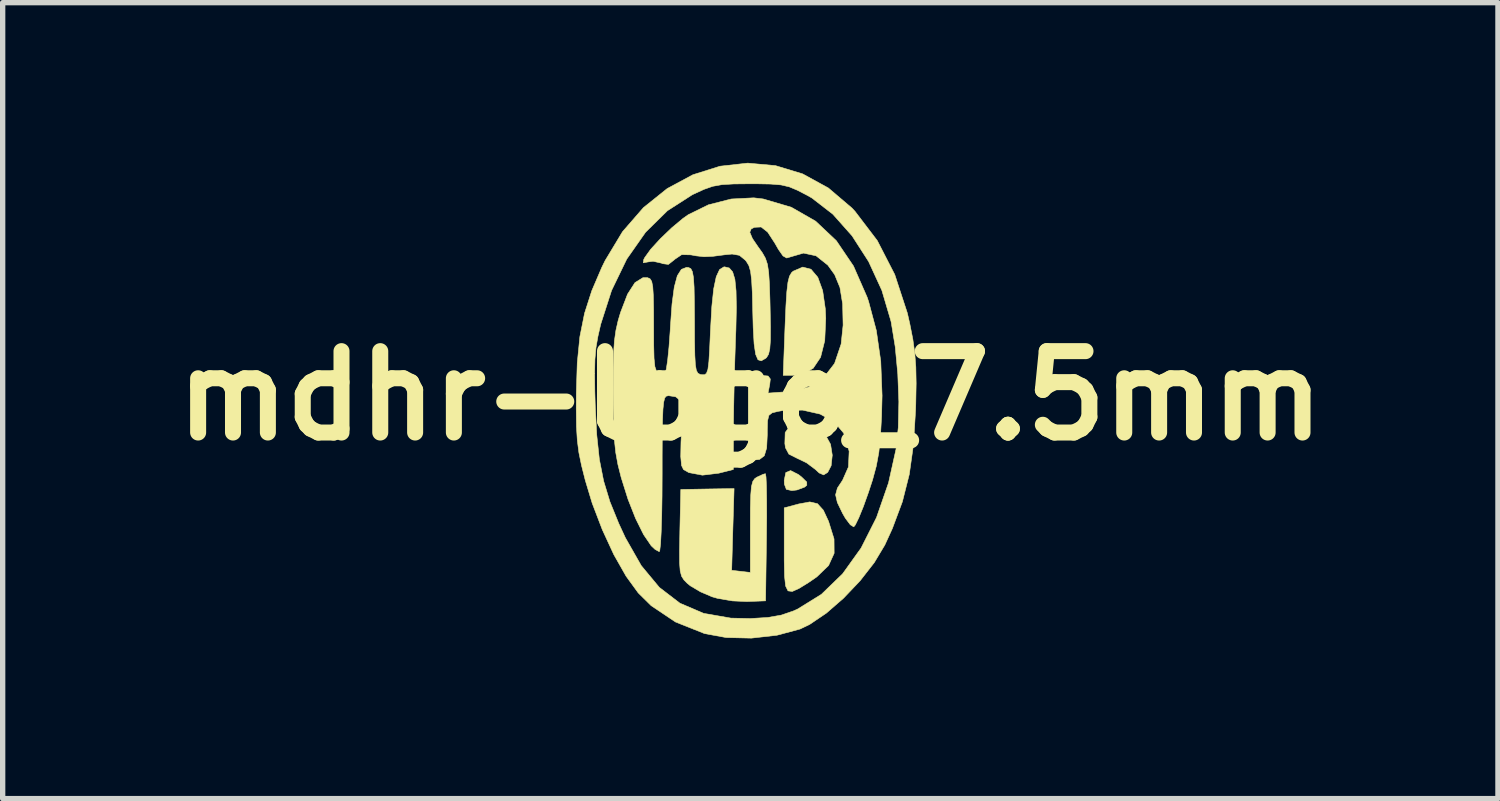
<source format=kicad_pcb>
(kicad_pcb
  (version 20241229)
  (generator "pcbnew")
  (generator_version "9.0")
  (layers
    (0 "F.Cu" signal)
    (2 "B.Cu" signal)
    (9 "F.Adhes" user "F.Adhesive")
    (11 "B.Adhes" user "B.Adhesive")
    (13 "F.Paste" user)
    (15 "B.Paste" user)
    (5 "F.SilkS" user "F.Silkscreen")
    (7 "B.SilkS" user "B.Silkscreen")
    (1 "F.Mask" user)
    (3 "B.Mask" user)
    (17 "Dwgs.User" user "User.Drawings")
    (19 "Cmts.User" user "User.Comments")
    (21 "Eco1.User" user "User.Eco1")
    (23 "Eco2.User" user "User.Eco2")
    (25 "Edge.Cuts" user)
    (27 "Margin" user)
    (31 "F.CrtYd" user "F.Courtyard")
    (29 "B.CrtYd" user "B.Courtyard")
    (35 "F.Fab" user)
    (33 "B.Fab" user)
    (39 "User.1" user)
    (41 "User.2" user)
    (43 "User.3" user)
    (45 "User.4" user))
  (footprint "mdhr-logo_7.5mm"
    (layer "F.Cu")
    (at 11.002 4.361)
    (property "Reference" "mdhr-logo_7.5mm" (at 0 0 0) (layer "F.SilkS") (effects (font (size 1.524 1.524) (thickness 0.3))))
    (attr through_hole)
    (fp_poly (pts (xy 0.904 1.478) (xy 0.961 1.523) (xy 1.057 1.617) (xy 1.058 1.677) (xy 1.016 1.712) (xy 0.875 1.765) (xy 0.778 1.777) (xy 0.675 1.754) (xy 0.638 1.657) (xy 0.635 1.587) (xy 0.665 1.439) (xy 0.755 1.402) (xy 0.904 1.478)) (stroke (width 0.01) (type solid)) (fill yes) (layer "F.SilkS"))
    (fp_poly (pts (xy 1.258 2.022) (xy 1.368 2.144) (xy 1.465 2.352) (xy 1.568 2.683) (xy 1.57 2.951) (xy 1.466 3.18) (xy 1.246 3.392) (xy 1.091 3.499) (xy 0.911 3.61) (xy 0.786 3.666) (xy 0.706 3.655) (xy 0.661 3.564) (xy 0.641 3.379) (xy 0.635 3.087) (xy 0.635 2.892) (xy 0.635 2.1) (xy 0.904 2.028) (xy 1.114 1.989) (xy 1.258 2.022)) (stroke (width 0.01) (type solid)) (fill yes) (layer "F.SilkS"))
    (fp_poly (pts (xy 1.034 0.582) (xy 1.231 0.646) (xy 1.391 0.733) (xy 1.419 0.757) (xy 1.503 0.91) (xy 1.535 1.113) (xy 1.514 1.311) (xy 1.449 1.436) (xy 1.373 1.483) (xy 1.29 1.447) (xy 1.219 1.381) (xy 1.052 1.256) (xy 0.871 1.169) (xy 0.722 1.094) (xy 0.658 0.974) (xy 0.647 0.895) (xy 0.653 0.69) (xy 0.732 0.581) (xy 0.896 0.559) (xy 1.034 0.582)) (stroke (width 0.01) (type solid)) (fill yes) (layer "F.SilkS"))
    (fp_poly (pts (xy 1.137 -2.368) (xy 1.264 -2.218) (xy 1.355 -1.968) (xy 1.405 -1.625) (xy 1.413 -1.449) (xy 1.394 -1.03) (xy 1.316 -0.72) (xy 1.177 -0.513) (xy 0.974 -0.403) (xy 0.789 -0.381) (xy 0.616 -0.381) (xy 0.651 -1.314) (xy 0.667 -1.684) (xy 0.684 -1.948) (xy 0.705 -2.125) (xy 0.733 -2.237) (xy 0.772 -2.304) (xy 0.803 -2.332) (xy 0.982 -2.409) (xy 1.137 -2.368)) (stroke (width 0.01) (type solid)) (fill yes) (layer "F.SilkS"))
    (fp_poly (pts (xy 0.294 1.521) (xy 0.302 1.688) (xy 0.306 1.944) (xy 0.307 2.267) (xy 0.303 2.639) (xy 0.303 2.651) (xy 0.286 3.842) (xy -0.064 3.855) (xy -0.333 3.843) (xy -0.611 3.796) (xy -0.715 3.766) (xy -0.931 3.674) (xy -1.122 3.561) (xy -1.178 3.516) (xy -1.243 3.45) (xy -1.287 3.381) (xy -1.313 3.283) (xy -1.325 3.132) (xy -1.326 2.905) (xy -1.32 2.576) (xy -1.32 2.562) (xy -1.302 1.756) (xy -0.803 1.747) (xy -0.304 1.739) (xy -0.327 2.504) (xy -0.349 3.27) (xy -0.175 3.29) (xy 0 3.31) (xy 0 2.451) (xy 0.001 2.103) (xy 0.008 1.861) (xy 0.021 1.702) (xy 0.046 1.607) (xy 0.083 1.553) (xy 0.123 1.526) (xy 0.237 1.473) (xy 0.283 1.46) (xy 0.294 1.521)) (stroke (width 0.01) (type solid)) (fill yes) (layer "F.SilkS"))
    (fp_poly (pts (xy -0.394 -2.392) (xy -0.331 -2.319) (xy -0.289 -2.181) (xy -0.267 -1.963) (xy -0.261 -1.651) (xy -0.27 -1.23) (xy -0.276 -1.083) (xy -0.29 -0.659) (xy -0.302 -0.212) (xy -0.311 0.212) (xy -0.316 0.571) (xy -0.316 0.675) (xy -0.318 1.382) (xy -0.59 1.451) (xy -0.897 1.488) (xy -1.151 1.44) (xy -1.251 1.383) (xy -1.288 1.306) (xy -1.303 1.139) (xy -1.298 0.868) (xy -1.29 0.718) (xy -1.276 0.407) (xy -1.285 0.201) (xy -1.324 0.079) (xy -1.4 0.019) (xy -1.52 0.001) (xy -1.54 0.001) (xy -1.576 0.009) (xy -1.603 0.043) (xy -1.622 0.12) (xy -1.636 0.253) (xy -1.644 0.458) (xy -1.649 0.75) (xy -1.651 1.144) (xy -1.651 1.46) (xy -1.653 1.876) (xy -1.659 2.245) (xy -1.669 2.551) (xy -1.681 2.776) (xy -1.696 2.901) (xy -1.705 2.921) (xy -1.784 2.878) (xy -1.856 2.81) (xy -1.998 2.602) (xy -2.148 2.3) (xy -2.291 1.937) (xy -2.415 1.543) (xy -2.422 1.518) (xy -2.48 1.287) (xy -2.52 1.066) (xy -2.546 0.825) (xy -2.561 0.533) (xy -2.568 0.16) (xy -2.569 -0.064) (xy -2.568 -0.475) (xy -2.561 -0.787) (xy -2.545 -1.027) (xy -2.517 -1.224) (xy -2.476 -1.405) (xy -2.43 -1.56) (xy -2.299 -1.902) (xy -2.16 -2.118) (xy -2.01 -2.211) (xy -1.926 -2.211) (xy -1.879 -2.191) (xy -1.847 -2.142) (xy -1.827 -2.042) (xy -1.816 -1.871) (xy -1.811 -1.611) (xy -1.81 -1.3) (xy -1.809 -0.946) (xy -1.803 -0.7) (xy -1.787 -0.544) (xy -1.757 -0.459) (xy -1.708 -0.427) (xy -1.635 -0.429) (xy -1.596 -0.435) (xy -1.573 -0.498) (xy -1.548 -0.665) (xy -1.523 -0.911) (xy -1.501 -1.212) (xy -1.497 -1.286) (xy -1.466 -1.718) (xy -1.424 -2.035) (xy -1.367 -2.247) (xy -1.291 -2.366) (xy -1.194 -2.404) (xy -1.155 -2.4) (xy -1.114 -2.379) (xy -1.085 -2.324) (xy -1.065 -2.216) (xy -1.053 -2.035) (xy -1.048 -1.764) (xy -1.045 -1.396) (xy -1.044 -1.023) (xy -1.039 -0.758) (xy -1.029 -0.582) (xy -1.011 -0.476) (xy -0.982 -0.422) (xy -0.94 -0.399) (xy -0.912 -0.394) (xy -0.858 -0.392) (xy -0.821 -0.419) (xy -0.794 -0.494) (xy -0.776 -0.636) (xy -0.762 -0.865) (xy -0.747 -1.201) (xy -0.746 -1.219) (xy -0.721 -1.668) (xy -0.686 -2.001) (xy -0.638 -2.228) (xy -0.576 -2.362) (xy -0.496 -2.412) (xy -0.48 -2.413) (xy -0.394 -2.392)) (stroke (width 0.01) (type solid)) (fill yes) (layer "F.SilkS"))
    (fp_poly (pts (xy 0.472 -4.309) (xy 0.979 -4.155) (xy 1.461 -3.891) (xy 1.903 -3.515) (xy 1.96 -3.454) (xy 2.378 -2.905) (xy 2.705 -2.269) (xy 2.941 -1.548) (xy 2.987 -1.346) (xy 3.044 -1.057) (xy 3.08 -0.799) (xy 3.1 -0.537) (xy 3.106 -0.232) (xy 3.099 0.152) (xy 3.095 0.273) (xy 3.056 0.916) (xy 2.977 1.474) (xy 2.848 1.985) (xy 2.66 2.488) (xy 2.52 2.794) (xy 2.322 3.125) (xy 2.056 3.466) (xy 1.747 3.791) (xy 1.424 4.072) (xy 1.112 4.283) (xy 0.931 4.37) (xy 0.499 4.486) (xy 0.02 4.54) (xy -0.453 4.529) (xy -0.857 4.455) (xy -1.401 4.238) (xy -1.857 3.932) (xy -2.099 3.693) (xy -2.326 3.381) (xy -2.556 2.976) (xy -2.772 2.508) (xy -2.962 2.011) (xy -3.09 1.587) (xy -3.161 1.306) (xy -3.21 1.068) (xy -3.24 0.836) (xy -3.256 0.576) (xy -3.26 0.249) (xy -3.259 -0.032) (xy -3.247 -0.418) (xy -2.916 -0.418) (xy -2.912 -0.08) (xy -2.904 0.186) (xy -2.876 0.734) (xy -2.827 1.193) (xy -2.747 1.598) (xy -2.629 1.986) (xy -2.464 2.392) (xy -2.341 2.658) (xy -2.042 3.183) (xy -1.704 3.59) (xy -1.318 3.886) (xy -0.874 4.076) (xy -0.364 4.165) (xy 0 4.173) (xy 0.328 4.153) (xy 0.58 4.109) (xy 0.81 4.03) (xy 0.889 3.994) (xy 1.331 3.72) (xy 1.728 3.336) (xy 2.075 2.852) (xy 2.364 2.28) (xy 2.589 1.631) (xy 2.729 1.001) (xy 2.771 0.596) (xy 2.782 0.113) (xy 2.762 -0.405) (xy 2.714 -0.915) (xy 2.639 -1.373) (xy 2.634 -1.397) (xy 2.464 -1.972) (xy 2.216 -2.512) (xy 1.905 -2.995) (xy 1.546 -3.399) (xy 1.153 -3.703) (xy 1.071 -3.75) (xy 0.882 -3.848) (xy 0.729 -3.912) (xy 0.574 -3.948) (xy 0.38 -3.964) (xy 0.107 -3.969) (xy -0.001 -3.969) (xy -0.31 -3.966) (xy -0.531 -3.953) (xy -0.704 -3.922) (xy -0.867 -3.865) (xy -1.061 -3.776) (xy -1.091 -3.761) (xy -1.552 -3.465) (xy -1.962 -3.061) (xy -2.314 -2.559) (xy -2.598 -1.972) (xy -2.802 -1.338) (xy -2.854 -1.11) (xy -2.89 -0.902) (xy -2.91 -0.682) (xy -2.916 -0.418) (xy -3.247 -0.418) (xy -3.241 -0.613) (xy -3.192 -1.106) (xy -3.104 -1.544) (xy -2.969 -1.965) (xy -2.781 -2.404) (xy -2.72 -2.529) (xy -2.393 -3.072) (xy -2.001 -3.523) (xy -1.557 -3.879) (xy -1.076 -4.138) (xy -0.568 -4.298) (xy -0.048 -4.356) (xy 0.472 -4.309)) (stroke (width 0.01) (type solid)) (fill yes) (layer "F.SilkS"))
    (fp_poly (pts (xy 0.241 -3.685) (xy 0.767 -3.53) (xy 1.223 -3.269) (xy 1.611 -2.903) (xy 1.932 -2.429) (xy 2.187 -1.847) (xy 2.215 -1.765) (xy 2.36 -1.221) (xy 2.443 -0.645) (xy 2.468 -0.002) (xy 2.458 0.392) (xy 2.437 0.767) (xy 2.407 1.061) (xy 2.36 1.316) (xy 2.289 1.578) (xy 2.211 1.815) (xy 2.118 2.075) (xy 2.032 2.286) (xy 1.966 2.421) (xy 1.937 2.456) (xy 1.873 2.417) (xy 1.781 2.295) (xy 1.73 2.207) (xy 1.63 2) (xy 1.597 1.856) (xy 1.631 1.73) (xy 1.728 1.583) (xy 1.838 1.334) (xy 1.851 1.04) (xy 1.766 0.739) (xy 1.746 0.697) (xy 1.57 0.489) (xy 1.307 0.344) (xy 0.981 0.27) (xy 0.62 0.276) (xy 0.516 0.294) (xy 0.408 0.321) (xy 0.348 0.368) (xy 0.323 0.469) (xy 0.318 0.654) (xy 0.318 0.731) (xy 0.306 0.979) (xy 0.262 1.125) (xy 0.173 1.193) (xy 0.058 1.206) (xy 0.036 1.147) (xy 0.018 0.984) (xy 0.005 0.741) (xy 0.000037 0.442) (xy 0 0.413) (xy 0 -0.381) (xy 0.198 -0.381) (xy 0.333 -0.369) (xy 0.375 -0.313) (xy 0.364 -0.215) (xy 0.332 -0.049) (xy 0.707 -0.076) (xy 1.078 -0.156) (xy 1.369 -0.333) (xy 1.578 -0.604) (xy 1.701 -0.968) (xy 1.738 -1.322) (xy 1.729 -1.72) (xy 1.679 -2.026) (xy 1.58 -2.267) (xy 1.451 -2.446) (xy 1.232 -2.62) (xy 0.996 -2.671) (xy 0.759 -2.602) (xy 0.681 -2.579) (xy 0.612 -2.618) (xy 0.526 -2.741) (xy 0.461 -2.855) (xy 0.325 -3.064) (xy 0.203 -3.16) (xy 0.077 -3.154) (xy 0.016 -3.123) (xy -0.01 -3.062) (xy 0.039 -2.945) (xy 0.143 -2.792) (xy 0.226 -2.676) (xy 0.283 -2.575) (xy 0.321 -2.461) (xy 0.344 -2.309) (xy 0.358 -2.092) (xy 0.368 -1.784) (xy 0.371 -1.65) (xy 0.378 -1.294) (xy 0.377 -1.045) (xy 0.365 -0.879) (xy 0.342 -0.777) (xy 0.305 -0.716) (xy 0.289 -0.701) (xy 0.205 -0.653) (xy 0.144 -0.673) (xy 0.1 -0.775) (xy 0.071 -0.971) (xy 0.054 -1.272) (xy 0.046 -1.57) (xy 0.038 -1.918) (xy 0.025 -2.162) (xy 0.005 -2.328) (xy -0.027 -2.437) (xy -0.074 -2.515) (xy -0.094 -2.539) (xy -0.204 -2.629) (xy -0.34 -2.653) (xy -0.475 -2.64) (xy -0.706 -2.61) (xy -0.868 -2.603) (xy -1.019 -2.62) (xy -1.113 -2.638) (xy -1.285 -2.642) (xy -1.416 -2.554) (xy -1.422 -2.547) (xy -1.534 -2.459) (xy -1.643 -2.473) (xy -1.661 -2.482) (xy -1.821 -2.518) (xy -1.913 -2.506) (xy -2.004 -2.489) (xy -1.997 -2.548) (xy -1.978 -2.586) (xy -1.866 -2.742) (xy -1.686 -2.939) (xy -1.472 -3.144) (xy -1.26 -3.321) (xy -1.162 -3.39) (xy -0.785 -3.575) (xy -0.359 -3.684) (xy 0.064 -3.706) (xy 0.241 -3.685)) (stroke (width 0.01) (type solid)) (fill yes) (layer "F.SilkS")))
  (gr_rect
    (start -3 -3)
    (end 25.004 11.906)
    (stroke (width 0.1) (type default))
    (fill no)
    (layer "Edge.Cuts")))
</source>
